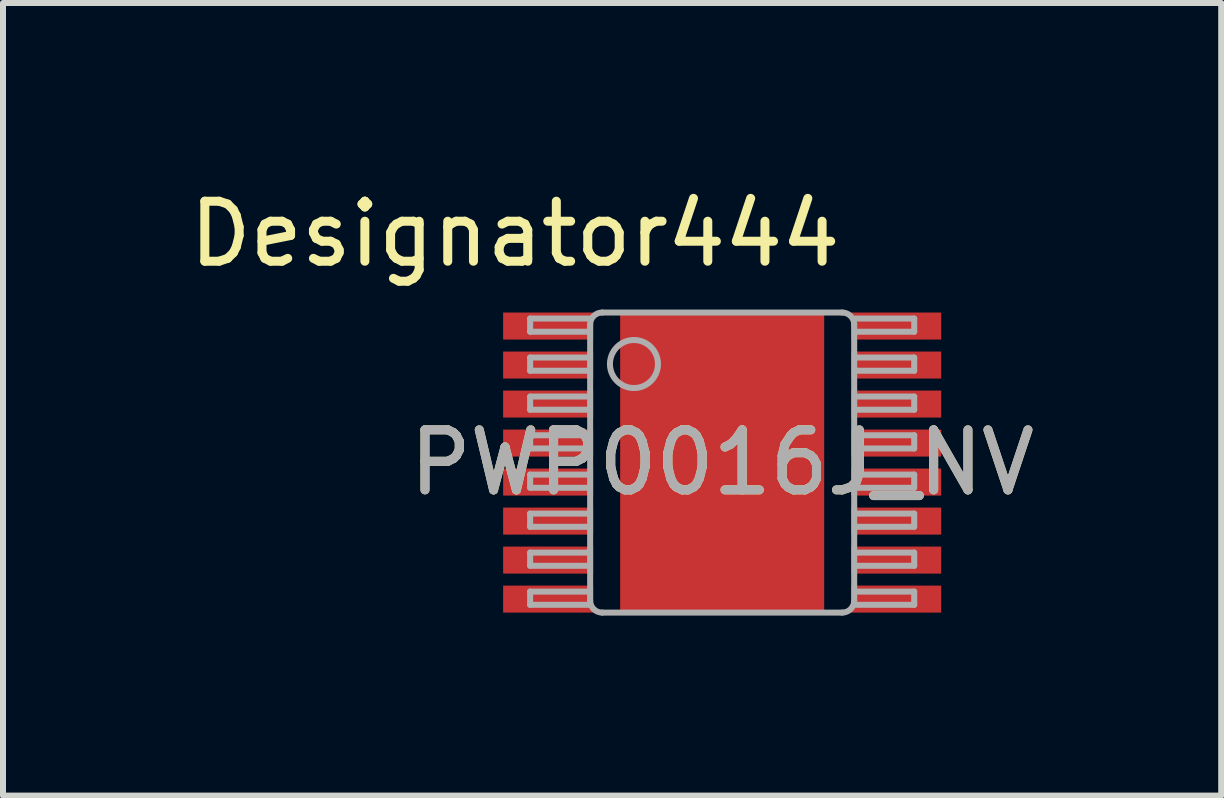
<source format=kicad_pcb>
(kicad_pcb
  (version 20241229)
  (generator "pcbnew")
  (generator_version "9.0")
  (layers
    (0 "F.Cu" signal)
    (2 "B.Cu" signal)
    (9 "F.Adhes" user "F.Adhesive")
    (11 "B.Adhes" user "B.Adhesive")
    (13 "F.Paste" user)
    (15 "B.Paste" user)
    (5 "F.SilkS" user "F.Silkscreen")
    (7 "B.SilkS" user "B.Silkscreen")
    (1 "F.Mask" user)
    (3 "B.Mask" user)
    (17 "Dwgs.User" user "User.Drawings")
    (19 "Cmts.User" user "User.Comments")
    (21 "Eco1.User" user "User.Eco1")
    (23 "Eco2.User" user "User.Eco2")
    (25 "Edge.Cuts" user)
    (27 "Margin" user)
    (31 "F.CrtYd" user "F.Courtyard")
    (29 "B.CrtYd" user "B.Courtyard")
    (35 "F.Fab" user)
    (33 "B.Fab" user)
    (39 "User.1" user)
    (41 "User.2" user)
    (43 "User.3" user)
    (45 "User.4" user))
  (footprint "PWP0016J_NV"
    (layer "F.Cu")
    (at 8.984 4.658)
    (property "Reference" "PWP0016J_NV" (at 0 0 0) (unlocked yes) (layer "F.SilkS") (effects (font (size 1 1) (thickness 0.15))))
    (attr smd)
    (fp_poly (pts (xy -1.23 1.726) (xy -1.23 -1.726) (xy -1.229 -1.735) (xy -1.226 -1.745) (xy -1.222 -1.753) (xy -1.216 -1.761) (xy -1.208 -1.767) (xy -1.2 -1.771) (xy -1.19 -1.774) (xy -1.181 -1.775) (xy 1.181 -1.775) (xy 1.19 -1.774) (xy 1.2 -1.771) (xy 1.208 -1.767) (xy 1.216 -1.761) (xy 1.222 -1.753) (xy 1.226 -1.745) (xy 1.229 -1.735) (xy 1.23 -1.726) (xy 1.23 1.726) (xy 1.229 1.735) (xy 1.226 1.745) (xy 1.222 1.753) (xy 1.216 1.761) (xy 1.208 1.767) (xy 1.2 1.771) (xy 1.19 1.774) (xy 1.181 1.775) (xy -1.181 1.775) (xy -1.19 1.774) (xy -1.2 1.771) (xy -1.208 1.767) (xy -1.216 1.761) (xy -1.222 1.753) (xy -1.226 1.745) (xy -1.229 1.735)) (stroke (width 0) (type solid)) (fill yes) (layer "F.Mask"))
    (fp_poly (pts (xy -1.23 1.726) (xy -1.23 -1.726) (xy -1.229 -1.735) (xy -1.226 -1.745) (xy -1.222 -1.753) (xy -1.216 -1.761) (xy -1.208 -1.767) (xy -1.2 -1.771) (xy -1.19 -1.774) (xy -1.181 -1.775) (xy 1.181 -1.775) (xy 1.19 -1.774) (xy 1.2 -1.771) (xy 1.208 -1.767) (xy 1.216 -1.761) (xy 1.222 -1.753) (xy 1.226 -1.745) (xy 1.229 -1.735) (xy 1.23 -1.726) (xy 1.23 1.726) (xy 1.229 1.735) (xy 1.226 1.745) (xy 1.222 1.753) (xy 1.216 1.761) (xy 1.208 1.767) (xy 1.2 1.771) (xy 1.19 1.774) (xy 1.181 1.775) (xy -1.181 1.775) (xy -1.19 1.774) (xy -1.2 1.771) (xy -1.208 1.767) (xy -1.216 1.761) (xy -1.222 1.753) (xy -1.226 1.745) (xy -1.229 1.735)) (stroke (width 0) (type solid)) (fill yes) (layer "F.Paste"))
    (fp_line (start -3.2 -2.4) (end -2.216 -2.4) (stroke (width 0.1) (type solid)) (layer "F.Fab"))
    (fp_line (start -3.2 -2.18) (end -3.2 -2.4) (stroke (width 0.1) (type solid)) (layer "F.Fab"))
    (fp_line (start -3.2 -2.18) (end -2.216 -2.18) (stroke (width 0.1) (type solid)) (layer "F.Fab"))
    (fp_line (start -3.2 -1.75) (end -2.216 -1.75) (stroke (width 0.1) (type solid)) (layer "F.Fab"))
    (fp_line (start -3.2 -1.53) (end -3.2 -1.75) (stroke (width 0.1) (type solid)) (layer "F.Fab"))
    (fp_line (start -3.2 -1.53) (end -2.216 -1.53) (stroke (width 0.1) (type solid)) (layer "F.Fab"))
    (fp_line (start -3.2 -1.1) (end -2.216 -1.1) (stroke (width 0.1) (type solid)) (layer "F.Fab"))
    (fp_line (start -3.2 -0.88) (end -3.2 -1.1) (stroke (width 0.1) (type solid)) (layer "F.Fab"))
    (fp_line (start -3.2 -0.88) (end -2.216 -0.88) (stroke (width 0.1) (type solid)) (layer "F.Fab"))
    (fp_line (start -3.2 -0.455) (end -2.216 -0.455) (stroke (width 0.1) (type solid)) (layer "F.Fab"))
    (fp_line (start -3.2 -0.235) (end -3.2 -0.455) (stroke (width 0.1) (type solid)) (layer "F.Fab"))
    (fp_line (start -3.2 -0.235) (end -2.216 -0.235) (stroke (width 0.1) (type solid)) (layer "F.Fab"))
    (fp_line (start -3.2 0.2) (end -2.216 0.2) (stroke (width 0.1) (type solid)) (layer "F.Fab"))
    (fp_line (start -3.2 0.42) (end -3.2 0.2) (stroke (width 0.1) (type solid)) (layer "F.Fab"))
    (fp_line (start -3.2 0.42) (end -2.216 0.42) (stroke (width 0.1) (type solid)) (layer "F.Fab"))
    (fp_line (start -3.2 0.85) (end -2.216 0.85) (stroke (width 0.1) (type solid)) (layer "F.Fab"))
    (fp_line (start -3.2 1.07) (end -3.2 0.85) (stroke (width 0.1) (type solid)) (layer "F.Fab"))
    (fp_line (start -3.2 1.07) (end -2.216 1.07) (stroke (width 0.1) (type solid)) (layer "F.Fab"))
    (fp_line (start -3.2 1.5) (end -2.216 1.5) (stroke (width 0.1) (type solid)) (layer "F.Fab"))
    (fp_line (start -3.2 1.72) (end -3.2 1.5) (stroke (width 0.1) (type solid)) (layer "F.Fab"))
    (fp_line (start -3.2 1.72) (end -2.216 1.72) (stroke (width 0.1) (type solid)) (layer "F.Fab"))
    (fp_line (start -3.2 2.15) (end -2.216 2.15) (stroke (width 0.1) (type solid)) (layer "F.Fab"))
    (fp_line (start -3.2 2.37) (end -3.2 2.15) (stroke (width 0.1) (type solid)) (layer "F.Fab"))
    (fp_line (start -3.2 2.37) (end -2.216 2.37) (stroke (width 0.1) (type solid)) (layer "F.Fab"))
    (fp_line (start -2.2 2.3) (end -2.2 -2.3) (stroke (width 0.1) (type solid)) (layer "F.Fab"))
    (fp_line (start -2 -2.5) (end 2 -2.5) (stroke (width 0.1) (type solid)) (layer "F.Fab"))
    (fp_line (start -2 2.5) (end 2 2.5) (stroke (width 0.1) (type solid)) (layer "F.Fab"))
    (fp_line (start 2.2 2.3) (end 2.2 -2.3) (stroke (width 0.1) (type solid)) (layer "F.Fab"))
    (fp_line (start 2.216 -2.4) (end 3.2 -2.4) (stroke (width 0.1) (type solid)) (layer "F.Fab"))
    (fp_line (start 2.216 -2.18) (end 3.2 -2.18) (stroke (width 0.1) (type solid)) (layer "F.Fab"))
    (fp_line (start 2.216 -1.75) (end 3.2 -1.75) (stroke (width 0.1) (type solid)) (layer "F.Fab"))
    (fp_line (start 2.216 -1.53) (end 3.2 -1.53) (stroke (width 0.1) (type solid)) (layer "F.Fab"))
    (fp_line (start 2.216 -1.1) (end 3.2 -1.1) (stroke (width 0.1) (type solid)) (layer "F.Fab"))
    (fp_line (start 2.216 -0.88) (end 3.2 -0.88) (stroke (width 0.1) (type solid)) (layer "F.Fab"))
    (fp_line (start 2.216 -0.455) (end 3.2 -0.455) (stroke (width 0.1) (type solid)) (layer "F.Fab"))
    (fp_line (start 2.216 -0.235) (end 3.2 -0.235) (stroke (width 0.1) (type solid)) (layer "F.Fab"))
    (fp_line (start 2.216 0.2) (end 3.2 0.2) (stroke (width 0.1) (type solid)) (layer "F.Fab"))
    (fp_line (start 2.216 0.42) (end 3.2 0.42) (stroke (width 0.1) (type solid)) (layer "F.Fab"))
    (fp_line (start 2.216 0.85) (end 3.2 0.85) (stroke (width 0.1) (type solid)) (layer "F.Fab"))
    (fp_line (start 2.216 1.07) (end 3.2 1.07) (stroke (width 0.1) (type solid)) (layer "F.Fab"))
    (fp_line (start 2.216 1.5) (end 3.2 1.5) (stroke (width 0.1) (type solid)) (layer "F.Fab"))
    (fp_line (start 2.216 1.72) (end 3.2 1.72) (stroke (width 0.1) (type solid)) (layer "F.Fab"))
    (fp_line (start 2.216 2.15) (end 3.2 2.15) (stroke (width 0.1) (type solid)) (layer "F.Fab"))
    (fp_line (start 2.216 2.37) (end 3.2 2.37) (stroke (width 0.1) (type solid)) (layer "F.Fab"))
    (fp_line (start 3.2 -2.18) (end 3.2 -2.4) (stroke (width 0.1) (type solid)) (layer "F.Fab"))
    (fp_line (start 3.2 -1.53) (end 3.2 -1.75) (stroke (width 0.1) (type solid)) (layer "F.Fab"))
    (fp_line (start 3.2 -0.88) (end 3.2 -1.1) (stroke (width 0.1) (type solid)) (layer "F.Fab"))
    (fp_line (start 3.2 -0.235) (end 3.2 -0.455) (stroke (width 0.1) (type solid)) (layer "F.Fab"))
    (fp_line (start 3.2 0.42) (end 3.2 0.2) (stroke (width 0.1) (type solid)) (layer "F.Fab"))
    (fp_line (start 3.2 1.07) (end 3.2 0.85) (stroke (width 0.1) (type solid)) (layer "F.Fab"))
    (fp_line (start 3.2 1.72) (end 3.2 1.5) (stroke (width 0.1) (type solid)) (layer "F.Fab"))
    (fp_line (start 3.2 2.37) (end 3.2 2.15) (stroke (width 0.1) (type solid)) (layer "F.Fab"))
    (fp_arc (start -2.200001 -2.3) (mid -2.141422 -2.441422) (end -2.000001 -2.5) (stroke (width 0.1) (type solid)) (layer "F.Fab"))
    (fp_arc (start -2.000001 2.5) (mid -2.141422 2.441422) (end -2.200001 2.3) (stroke (width 0.1) (type solid)) (layer "F.Fab"))
    (fp_arc (start -1.470139 -2.041987) (mid -1.07014 -1.641988) (end -1.470139 -1.241989) (stroke (width 0.1) (type solid)) (layer "F.Fab"))
    (fp_arc (start -1.470139 -1.241989) (mid -1.870139 -1.641988) (end -1.470139 -2.041987) (stroke (width 0.1) (type solid)) (layer "F.Fab"))
    (fp_arc (start 2.000001 -2.5) (mid 2.141422 -2.441422) (end 2.200001 -2.3) (stroke (width 0.1) (type solid)) (layer "F.Fab"))
    (fp_arc (start 2.200001 2.3) (mid 2.141422 2.441422) (end 2.000001 2.5) (stroke (width 0.1) (type solid)) (layer "F.Fab"))
    (fp_text user "Designator444" (at -3.454 -3.81 0) (unlocked yes) (layer "F.SilkS") (effects (font (size 1 1) (thickness 0.15))))
    (fp_text user "${REFERENCE}" (at 0 0 0) (unlocked yes) (layer "F.Fab") (effects (font (size 1 1) (thickness 0.15))))
    (pad "1" smd rect (at -2.9 -2.275 90) (size 0.45 1.5) (layers "F.Cu" "F.Mask" "F.Paste"))
    (pad "2" smd rect (at -2.9 -1.625 90) (size 0.45 1.5) (layers "F.Cu" "F.Mask" "F.Paste"))
    (pad "3" smd rect (at -2.9 -0.975 90) (size 0.45 1.5) (layers "F.Cu" "F.Mask" "F.Paste"))
    (pad "4" smd rect (at -2.9 -0.325 90) (size 0.45 1.5) (layers "F.Cu" "F.Mask" "F.Paste"))
    (pad "5" smd rect (at -2.9 0.325 90) (size 0.45 1.5) (layers "F.Cu" "F.Mask" "F.Paste"))
    (pad "6" smd rect (at -2.9 0.975 90) (size 0.45 1.5) (layers "F.Cu" "F.Mask" "F.Paste"))
    (pad "7" smd rect (at -2.9 1.625 90) (size 0.45 1.5) (layers "F.Cu" "F.Mask" "F.Paste"))
    (pad "8" smd rect (at -2.9 2.275 90) (size 0.45 1.5) (layers "F.Cu" "F.Mask" "F.Paste"))
    (pad "9" smd rect (at 2.9 2.275 90) (size 0.45 1.5) (layers "F.Cu" "F.Mask" "F.Paste"))
    (pad "10" smd rect (at 2.9 1.625 90) (size 0.45 1.5) (layers "F.Cu" "F.Mask" "F.Paste"))
    (pad "11" smd rect (at 2.9 0.975 90) (size 0.45 1.5) (layers "F.Cu" "F.Mask" "F.Paste"))
    (pad "12" smd rect (at 2.9 0.325 90) (size 0.45 1.5) (layers "F.Cu" "F.Mask" "F.Paste"))
    (pad "13" smd rect (at 2.9 -0.325 90) (size 0.45 1.5) (layers "F.Cu" "F.Mask" "F.Paste"))
    (pad "14" smd rect (at 2.9 -0.975 90) (size 0.45 1.5) (layers "F.Cu" "F.Mask" "F.Paste"))
    (pad "15" smd rect (at 2.9 -1.625 90) (size 0.45 1.5) (layers "F.Cu" "F.Mask" "F.Paste"))
    (pad "16" smd rect (at 2.9 -2.275 90) (size 0.45 1.5) (layers "F.Cu" "F.Mask" "F.Paste"))
    (pad "17" smd rect (at 0 0) (size 3.4 5) (layers "F.Cu" "F.Mask" "F.Paste")))
  (gr_rect
    (start -3 -3)
    (end 17.3 10.208)
    (stroke (width 0.1) (type default))
    (fill no)
    (layer "Edge.Cuts")))
</source>
